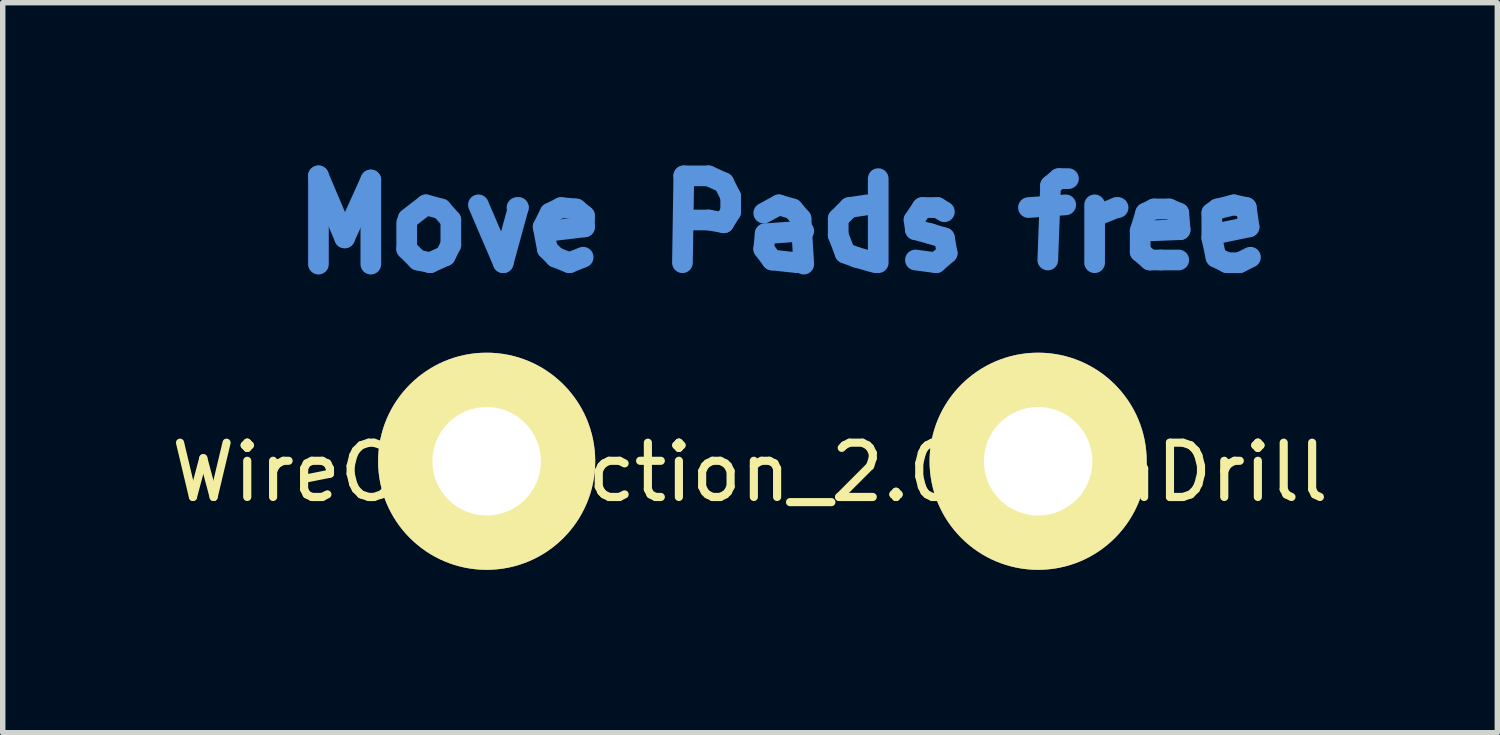
<source format=kicad_pcb>
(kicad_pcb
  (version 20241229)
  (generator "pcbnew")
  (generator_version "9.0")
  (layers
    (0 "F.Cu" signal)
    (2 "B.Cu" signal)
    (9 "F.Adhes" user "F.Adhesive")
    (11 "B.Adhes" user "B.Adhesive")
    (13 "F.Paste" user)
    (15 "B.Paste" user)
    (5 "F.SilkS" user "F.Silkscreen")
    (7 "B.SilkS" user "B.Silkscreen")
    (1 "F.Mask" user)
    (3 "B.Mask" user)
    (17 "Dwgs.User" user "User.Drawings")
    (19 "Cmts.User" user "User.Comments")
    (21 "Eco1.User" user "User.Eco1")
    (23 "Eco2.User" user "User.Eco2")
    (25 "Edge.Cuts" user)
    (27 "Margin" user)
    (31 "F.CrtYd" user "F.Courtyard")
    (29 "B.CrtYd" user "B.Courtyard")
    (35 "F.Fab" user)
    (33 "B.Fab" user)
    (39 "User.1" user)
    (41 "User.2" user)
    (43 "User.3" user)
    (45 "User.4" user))
  (footprint "WireConnection_2.00mmDrill"
    (layer "F.Cu")
    (at 5.916 5.448)
    (property "Reference" "WireConnection_2.00mmDrill" (at 4.851 0.203 0) (layer "F.SilkS") (effects (font (size 1 1) (thickness 0.15))))
    (attr through_hole)
    (fp_line (start -3.099 -5.258) (end -2.616 -4.115) (stroke (width 0.381) (type solid)) (layer "Cmts.User"))
    (fp_line (start -3.099 -3.632) (end -3.099 -5.258) (stroke (width 0.381) (type solid)) (layer "Cmts.User"))
    (fp_line (start -2.616 -4.115) (end -2.134 -5.182) (stroke (width 0.381) (type solid)) (layer "Cmts.User"))
    (fp_line (start -2.134 -5.182) (end -2.134 -3.632) (stroke (width 0.381) (type solid)) (layer "Cmts.User"))
    (fp_line (start -1.473 -4.394) (end -1.473 -3.912) (stroke (width 0.381) (type solid)) (layer "Cmts.User"))
    (fp_line (start -1.473 -3.912) (end -1.27 -3.708) (stroke (width 0.381) (type solid)) (layer "Cmts.User"))
    (fp_line (start -1.27 -3.708) (end -1.041 -3.658) (stroke (width 0.381) (type solid)) (layer "Cmts.User"))
    (fp_line (start -1.118 -4.724) (end -1.448 -4.47) (stroke (width 0.381) (type solid)) (layer "Cmts.User"))
    (fp_line (start -1.041 -3.658) (end -0.762 -3.785) (stroke (width 0.381) (type solid)) (layer "Cmts.User"))
    (fp_line (start -0.838 -4.648) (end -1.118 -4.724) (stroke (width 0.381) (type solid)) (layer "Cmts.User"))
    (fp_line (start -0.762 -3.785) (end -0.66 -3.988) (stroke (width 0.381) (type solid)) (layer "Cmts.User"))
    (fp_line (start -0.66 -4.445) (end -0.838 -4.648) (stroke (width 0.381) (type solid)) (layer "Cmts.User"))
    (fp_line (start -0.66 -3.988) (end -0.66 -4.445) (stroke (width 0.381) (type solid)) (layer "Cmts.User"))
    (fp_line (start -0.152 -4.724) (end 0.305 -3.658) (stroke (width 0.381) (type solid)) (layer "Cmts.User"))
    (fp_line (start 0.305 -3.658) (end 0.584 -4.674) (stroke (width 0.381) (type solid)) (layer "Cmts.User"))
    (fp_line (start 0.584 -4.674) (end 0.559 -4.674) (stroke (width 0.381) (type solid)) (layer "Cmts.User"))
    (fp_line (start 1.041 -4.318) (end 1.168 -4.572) (stroke (width 0.381) (type solid)) (layer "Cmts.User"))
    (fp_line (start 1.118 -3.912) (end 1.041 -4.318) (stroke (width 0.381) (type solid)) (layer "Cmts.User"))
    (fp_line (start 1.168 -4.572) (end 1.372 -4.674) (stroke (width 0.381) (type solid)) (layer "Cmts.User"))
    (fp_line (start 1.27 -3.759) (end 1.118 -3.912) (stroke (width 0.381) (type solid)) (layer "Cmts.User"))
    (fp_line (start 1.372 -4.674) (end 1.651 -4.648) (stroke (width 0.381) (type solid)) (layer "Cmts.User"))
    (fp_line (start 1.524 -3.658) (end 1.27 -3.759) (stroke (width 0.381) (type solid)) (layer "Cmts.User"))
    (fp_line (start 1.651 -4.648) (end 1.803 -4.521) (stroke (width 0.381) (type solid)) (layer "Cmts.User"))
    (fp_line (start 1.778 -3.759) (end 1.524 -3.658) (stroke (width 0.381) (type solid)) (layer "Cmts.User"))
    (fp_line (start 1.803 -4.521) (end 1.803 -4.318) (stroke (width 0.381) (type solid)) (layer "Cmts.User"))
    (fp_line (start 1.803 -4.318) (end 1.168 -4.242) (stroke (width 0.381) (type solid)) (layer "Cmts.User"))
    (fp_line (start 3.607 -3.658) (end 3.632 -5.258) (stroke (width 0.381) (type solid)) (layer "Cmts.User"))
    (fp_line (start 3.632 -5.258) (end 4.089 -5.258) (stroke (width 0.381) (type solid)) (layer "Cmts.User"))
    (fp_line (start 4.089 -5.258) (end 4.369 -5.131) (stroke (width 0.381) (type solid)) (layer "Cmts.User"))
    (fp_line (start 4.089 -4.445) (end 3.632 -4.445) (stroke (width 0.381) (type solid)) (layer "Cmts.User"))
    (fp_line (start 4.369 -5.131) (end 4.496 -4.877) (stroke (width 0.381) (type solid)) (layer "Cmts.User"))
    (fp_line (start 4.369 -4.394) (end 4.089 -4.445) (stroke (width 0.381) (type solid)) (layer "Cmts.User"))
    (fp_line (start 4.496 -4.877) (end 4.496 -4.597) (stroke (width 0.381) (type solid)) (layer "Cmts.User"))
    (fp_line (start 4.496 -4.597) (end 4.369 -4.394) (stroke (width 0.381) (type solid)) (layer "Cmts.User"))
    (fp_line (start 5.105 -4.572) (end 5.385 -4.724) (stroke (width 0.381) (type solid)) (layer "Cmts.User"))
    (fp_line (start 5.105 -3.912) (end 5.131 -4.191) (stroke (width 0.381) (type solid)) (layer "Cmts.User"))
    (fp_line (start 5.131 -4.191) (end 5.842 -4.242) (stroke (width 0.381) (type solid)) (layer "Cmts.User"))
    (fp_line (start 5.258 -3.708) (end 5.105 -3.912) (stroke (width 0.381) (type solid)) (layer "Cmts.User"))
    (fp_line (start 5.385 -4.724) (end 5.639 -4.648) (stroke (width 0.381) (type solid)) (layer "Cmts.User"))
    (fp_line (start 5.639 -4.648) (end 5.791 -4.47) (stroke (width 0.381) (type solid)) (layer "Cmts.User"))
    (fp_line (start 5.715 -3.658) (end 5.258 -3.708) (stroke (width 0.381) (type solid)) (layer "Cmts.User"))
    (fp_line (start 5.791 -4.47) (end 5.842 -3.632) (stroke (width 0.381) (type solid)) (layer "Cmts.User"))
    (fp_line (start 6.477 -4.47) (end 6.68 -4.674) (stroke (width 0.381) (type solid)) (layer "Cmts.User"))
    (fp_line (start 6.477 -4.166) (end 6.477 -4.47) (stroke (width 0.381) (type solid)) (layer "Cmts.User"))
    (fp_line (start 6.604 -3.835) (end 6.477 -4.166) (stroke (width 0.381) (type solid)) (layer "Cmts.User"))
    (fp_line (start 6.68 -4.674) (end 7.01 -4.724) (stroke (width 0.381) (type solid)) (layer "Cmts.User"))
    (fp_line (start 6.807 -3.759) (end 6.604 -3.835) (stroke (width 0.381) (type solid)) (layer "Cmts.User"))
    (fp_line (start 7.163 -3.658) (end 6.807 -3.759) (stroke (width 0.381) (type solid)) (layer "Cmts.User"))
    (fp_line (start 7.214 -5.207) (end 7.214 -3.658) (stroke (width 0.381) (type solid)) (layer "Cmts.User"))
    (fp_line (start 7.874 -4.445) (end 7.899 -4.267) (stroke (width 0.381) (type solid)) (layer "Cmts.User"))
    (fp_line (start 7.899 -4.267) (end 8.179 -4.191) (stroke (width 0.381) (type solid)) (layer "Cmts.User"))
    (fp_line (start 8.026 -4.674) (end 7.874 -4.445) (stroke (width 0.381) (type solid)) (layer "Cmts.User"))
    (fp_line (start 8.179 -4.191) (end 8.433 -4.115) (stroke (width 0.381) (type solid)) (layer "Cmts.User"))
    (fp_line (start 8.28 -3.658) (end 7.899 -3.708) (stroke (width 0.381) (type solid)) (layer "Cmts.User"))
    (fp_line (start 8.306 -4.674) (end 8.026 -4.674) (stroke (width 0.381) (type solid)) (layer "Cmts.User"))
    (fp_line (start 8.433 -4.597) (end 8.306 -4.674) (stroke (width 0.381) (type solid)) (layer "Cmts.User"))
    (fp_line (start 8.433 -4.115) (end 8.484 -3.835) (stroke (width 0.381) (type solid)) (layer "Cmts.User"))
    (fp_line (start 8.484 -3.835) (end 8.28 -3.658) (stroke (width 0.381) (type solid)) (layer "Cmts.User"))
    (fp_line (start 9.982 -4.674) (end 10.668 -4.724) (stroke (width 0.381) (type solid)) (layer "Cmts.User"))
    (fp_line (start 10.389 -5.08) (end 10.338 -3.708) (stroke (width 0.381) (type solid)) (layer "Cmts.User"))
    (fp_line (start 10.541 -5.207) (end 10.389 -5.08) (stroke (width 0.381) (type solid)) (layer "Cmts.User"))
    (fp_line (start 10.719 -5.207) (end 10.541 -5.207) (stroke (width 0.381) (type solid)) (layer "Cmts.User"))
    (fp_line (start 11.201 -4.724) (end 11.201 -3.658) (stroke (width 0.381) (type solid)) (layer "Cmts.User"))
    (fp_line (start 11.227 -4.521) (end 11.608 -4.674) (stroke (width 0.381) (type solid)) (layer "Cmts.User"))
    (fp_line (start 11.608 -4.674) (end 11.633 -4.674) (stroke (width 0.381) (type solid)) (layer "Cmts.User"))
    (fp_line (start 12.04 -4.242) (end 12.141 -4.572) (stroke (width 0.381) (type solid)) (layer "Cmts.User"))
    (fp_line (start 12.04 -3.861) (end 12.04 -4.242) (stroke (width 0.381) (type solid)) (layer "Cmts.User"))
    (fp_line (start 12.141 -4.572) (end 12.294 -4.648) (stroke (width 0.381) (type solid)) (layer "Cmts.User"))
    (fp_line (start 12.217 -3.708) (end 12.04 -3.861) (stroke (width 0.381) (type solid)) (layer "Cmts.User"))
    (fp_line (start 12.294 -4.648) (end 12.573 -4.648) (stroke (width 0.381) (type solid)) (layer "Cmts.User"))
    (fp_line (start 12.421 -3.708) (end 12.217 -3.708) (stroke (width 0.381) (type solid)) (layer "Cmts.User"))
    (fp_line (start 12.573 -4.648) (end 12.751 -4.572) (stroke (width 0.381) (type solid)) (layer "Cmts.User"))
    (fp_line (start 12.751 -4.572) (end 12.776 -4.267) (stroke (width 0.381) (type solid)) (layer "Cmts.User"))
    (fp_line (start 12.751 -3.708) (end 12.421 -3.708) (stroke (width 0.381) (type solid)) (layer "Cmts.User"))
    (fp_line (start 12.776 -4.267) (end 12.141 -4.242) (stroke (width 0.381) (type solid)) (layer "Cmts.User"))
    (fp_line (start 13.36 -4.572) (end 13.462 -4.648) (stroke (width 0.381) (type solid)) (layer "Cmts.User"))
    (fp_line (start 13.36 -4.115) (end 13.36 -4.572) (stroke (width 0.381) (type solid)) (layer "Cmts.User"))
    (fp_line (start 13.437 -4.191) (end 13.437 -4.242) (stroke (width 0.381) (type solid)) (layer "Cmts.User"))
    (fp_line (start 13.437 -3.759) (end 13.36 -4.115) (stroke (width 0.381) (type solid)) (layer "Cmts.User"))
    (fp_line (start 13.462 -4.648) (end 13.767 -4.724) (stroke (width 0.381) (type solid)) (layer "Cmts.User"))
    (fp_line (start 13.64 -3.658) (end 13.437 -3.759) (stroke (width 0.381) (type solid)) (layer "Cmts.User"))
    (fp_line (start 13.767 -4.724) (end 13.995 -4.674) (stroke (width 0.381) (type solid)) (layer "Cmts.User"))
    (fp_line (start 13.868 -3.658) (end 13.64 -3.658) (stroke (width 0.381) (type solid)) (layer "Cmts.User"))
    (fp_line (start 13.995 -4.674) (end 14.046 -4.318) (stroke (width 0.381) (type solid)) (layer "Cmts.User"))
    (fp_line (start 14.046 -4.318) (end 13.437 -4.191) (stroke (width 0.381) (type solid)) (layer "Cmts.User"))
    (fp_line (start 14.072 -3.759) (end 13.868 -3.658) (stroke (width 0.381) (type solid)) (layer "Cmts.User"))
    (pad "1" thru_hole circle (at 0 0) (size 4 4) (drill 1.999) (layers "*.Cu" "*.Mask" "F.SilkS"))
    (pad "2" thru_hole circle (at 10.16 0) (size 4 4) (drill 1.999) (layers "*.Cu" "*.Mask" "F.SilkS")))
  (gr_rect
    (start -3 -3)
    (end 24.536 10.449)
    (stroke (width 0.1) (type default))
    (fill no)
    (layer "Edge.Cuts")))
</source>
